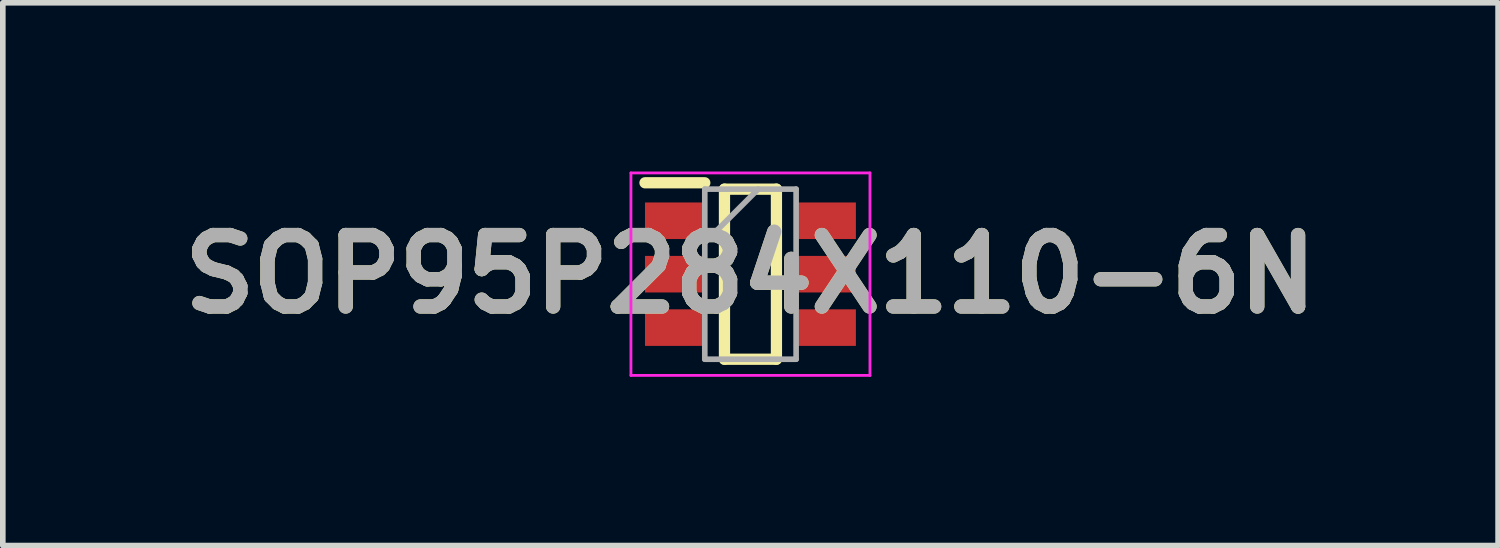
<source format=kicad_pcb>
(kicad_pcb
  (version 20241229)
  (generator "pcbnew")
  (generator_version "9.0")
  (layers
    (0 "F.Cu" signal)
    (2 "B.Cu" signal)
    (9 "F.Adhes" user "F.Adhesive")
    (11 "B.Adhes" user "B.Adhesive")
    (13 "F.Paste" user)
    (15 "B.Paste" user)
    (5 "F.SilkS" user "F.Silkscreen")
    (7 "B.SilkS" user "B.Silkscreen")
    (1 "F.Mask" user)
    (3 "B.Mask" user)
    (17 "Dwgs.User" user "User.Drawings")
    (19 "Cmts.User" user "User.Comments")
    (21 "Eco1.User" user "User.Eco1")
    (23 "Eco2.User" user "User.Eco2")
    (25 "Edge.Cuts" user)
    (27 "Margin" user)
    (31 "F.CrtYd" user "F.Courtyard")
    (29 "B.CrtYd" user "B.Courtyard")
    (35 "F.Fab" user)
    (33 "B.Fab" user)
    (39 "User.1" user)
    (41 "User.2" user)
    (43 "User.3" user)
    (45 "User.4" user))
  (footprint "SOP95P284X110-6N"
    (layer "F.Cu")
    (at 10.293 1.825)
    (property "Reference" "SOP95P284X110-6N" (at 0 0 0) (layer "F.SilkS") (effects (font (size 1.27 1.27) (thickness 0.254))))
    (attr smd)
    (fp_line (start -1.875 -1.625) (end -0.812 -1.625) (stroke (width 0.2) (type solid)) (layer "F.SilkS"))
    (fp_line (start -0.462 -1.512) (end 0.462 -1.512) (stroke (width 0.2) (type solid)) (layer "F.SilkS"))
    (fp_line (start -0.462 1.512) (end -0.462 -1.512) (stroke (width 0.2) (type solid)) (layer "F.SilkS"))
    (fp_line (start 0.462 -1.512) (end 0.462 1.512) (stroke (width 0.2) (type solid)) (layer "F.SilkS"))
    (fp_line (start 0.462 1.512) (end -0.462 1.512) (stroke (width 0.2) (type solid)) (layer "F.SilkS"))
    (fp_line (start -2.125 -1.8) (end 2.125 -1.8) (stroke (width 0.05) (type solid)) (layer "F.CrtYd"))
    (fp_line (start -2.125 1.8) (end -2.125 -1.8) (stroke (width 0.05) (type solid)) (layer "F.CrtYd"))
    (fp_line (start 2.125 -1.8) (end 2.125 1.8) (stroke (width 0.05) (type solid)) (layer "F.CrtYd"))
    (fp_line (start 2.125 1.8) (end -2.125 1.8) (stroke (width 0.05) (type solid)) (layer "F.CrtYd"))
    (fp_line (start -0.812 -1.512) (end 0.812 -1.512) (stroke (width 0.1) (type solid)) (layer "F.Fab"))
    (fp_line (start -0.812 -0.562) (end 0.138 -1.512) (stroke (width 0.1) (type solid)) (layer "F.Fab"))
    (fp_line (start -0.812 1.512) (end -0.812 -1.512) (stroke (width 0.1) (type solid)) (layer "F.Fab"))
    (fp_line (start 0.812 -1.512) (end 0.812 1.512) (stroke (width 0.1) (type solid)) (layer "F.Fab"))
    (fp_line (start 0.812 1.512) (end -0.812 1.512) (stroke (width 0.1) (type solid)) (layer "F.Fab"))
    (fp_text user "${REFERENCE}" (at 0 0 0) (layer "F.Fab") (effects (font (size 1.27 1.27) (thickness 0.254))))
    (pad "1" smd rect (at -1.344 -0.95 90) (size 0.65 1.062) (layers "F.Cu" "F.Mask" "F.Paste"))
    (pad "2" smd rect (at -1.344 0 90) (size 0.65 1.062) (layers "F.Cu" "F.Mask" "F.Paste"))
    (pad "3" smd rect (at -1.344 0.95 90) (size 0.65 1.062) (layers "F.Cu" "F.Mask" "F.Paste"))
    (pad "4" smd rect (at 1.344 0.95 90) (size 0.65 1.062) (layers "F.Cu" "F.Mask" "F.Paste"))
    (pad "5" smd rect (at 1.344 0 90) (size 0.65 1.062) (layers "F.Cu" "F.Mask" "F.Paste"))
    (pad "6" smd rect (at 1.344 -0.95 90) (size 0.65 1.062) (layers "F.Cu" "F.Mask" "F.Paste")))
  (gr_rect
    (start -3 -3)
    (end 23.586 6.65)
    (stroke (width 0.1) (type default))
    (fill no)
    (layer "Edge.Cuts")))
</source>
